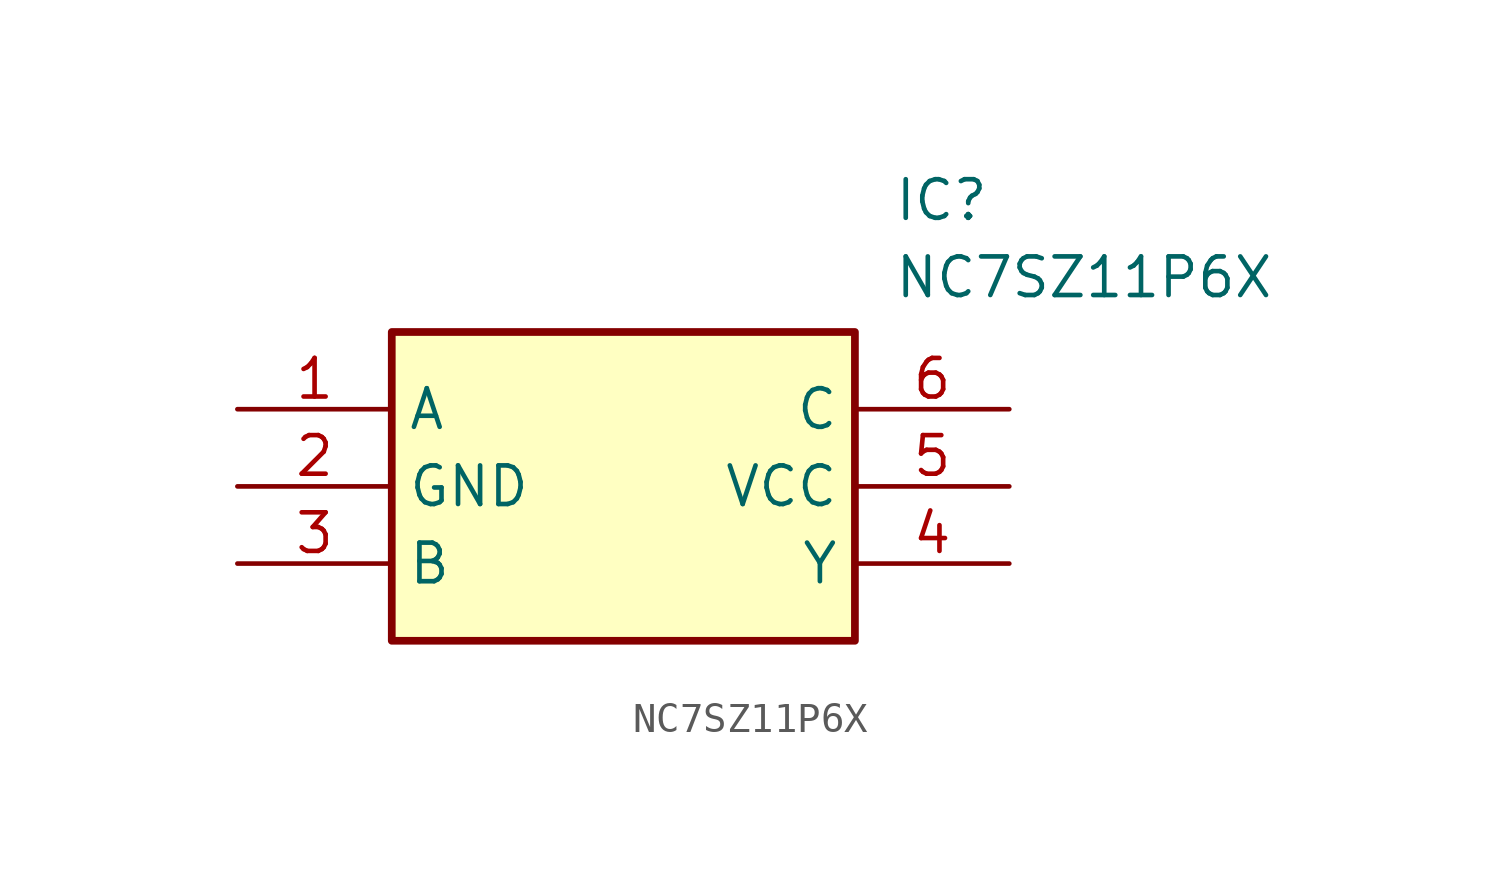
<source format=kicad_sym>
(kicad_symbol_lib
  (version 20241209)
  (generator "kicad_symbol_editor")
  (generator_version "9.0")
  (symbol "NC7SZ11P6X"
    (property "Reference" "IC"
      (at 21.59 7.62 0)
      (effects (font (size 1.27 1.27)) (justify left top)))
    (property "Value" "NC7SZ11P6X"
      (at 21.59 5.08 0)
      (effects (font (size 1.27 1.27)) (justify left top)))
    (symbol "NC7SZ11P6X_1_1"
      (rectangle (start 5.08 2.54) (end 20.32 -7.62) (stroke (width 0.254) (type default)) (fill (type background)))
      (pin passive line (at 0 0 0) (length 5.08) (name "A" (effects (font (size 1.27 1.27)))) (number "1" (effects (font (size 1.27 1.27)))))
      (pin passive line (at 0 -2.54 0) (length 5.08) (name "GND" (effects (font (size 1.27 1.27)))) (number "2" (effects (font (size 1.27 1.27)))))
      (pin passive line (at 0 -5.08 0) (length 5.08) (name "B" (effects (font (size 1.27 1.27)))) (number "3" (effects (font (size 1.27 1.27)))))
      (pin passive line (at 25.4 0 180) (length 5.08) (name "C" (effects (font (size 1.27 1.27)))) (number "6" (effects (font (size 1.27 1.27)))))
      (pin passive line (at 25.4 -2.54 180) (length 5.08) (name "VCC" (effects (font (size 1.27 1.27)))) (number "5" (effects (font (size 1.27 1.27)))))
      (pin passive line (at 25.4 -5.08 180) (length 5.08) (name "Y" (effects (font (size 1.27 1.27)))) (number "4" (effects (font (size 1.27 1.27))))))))
</source>
